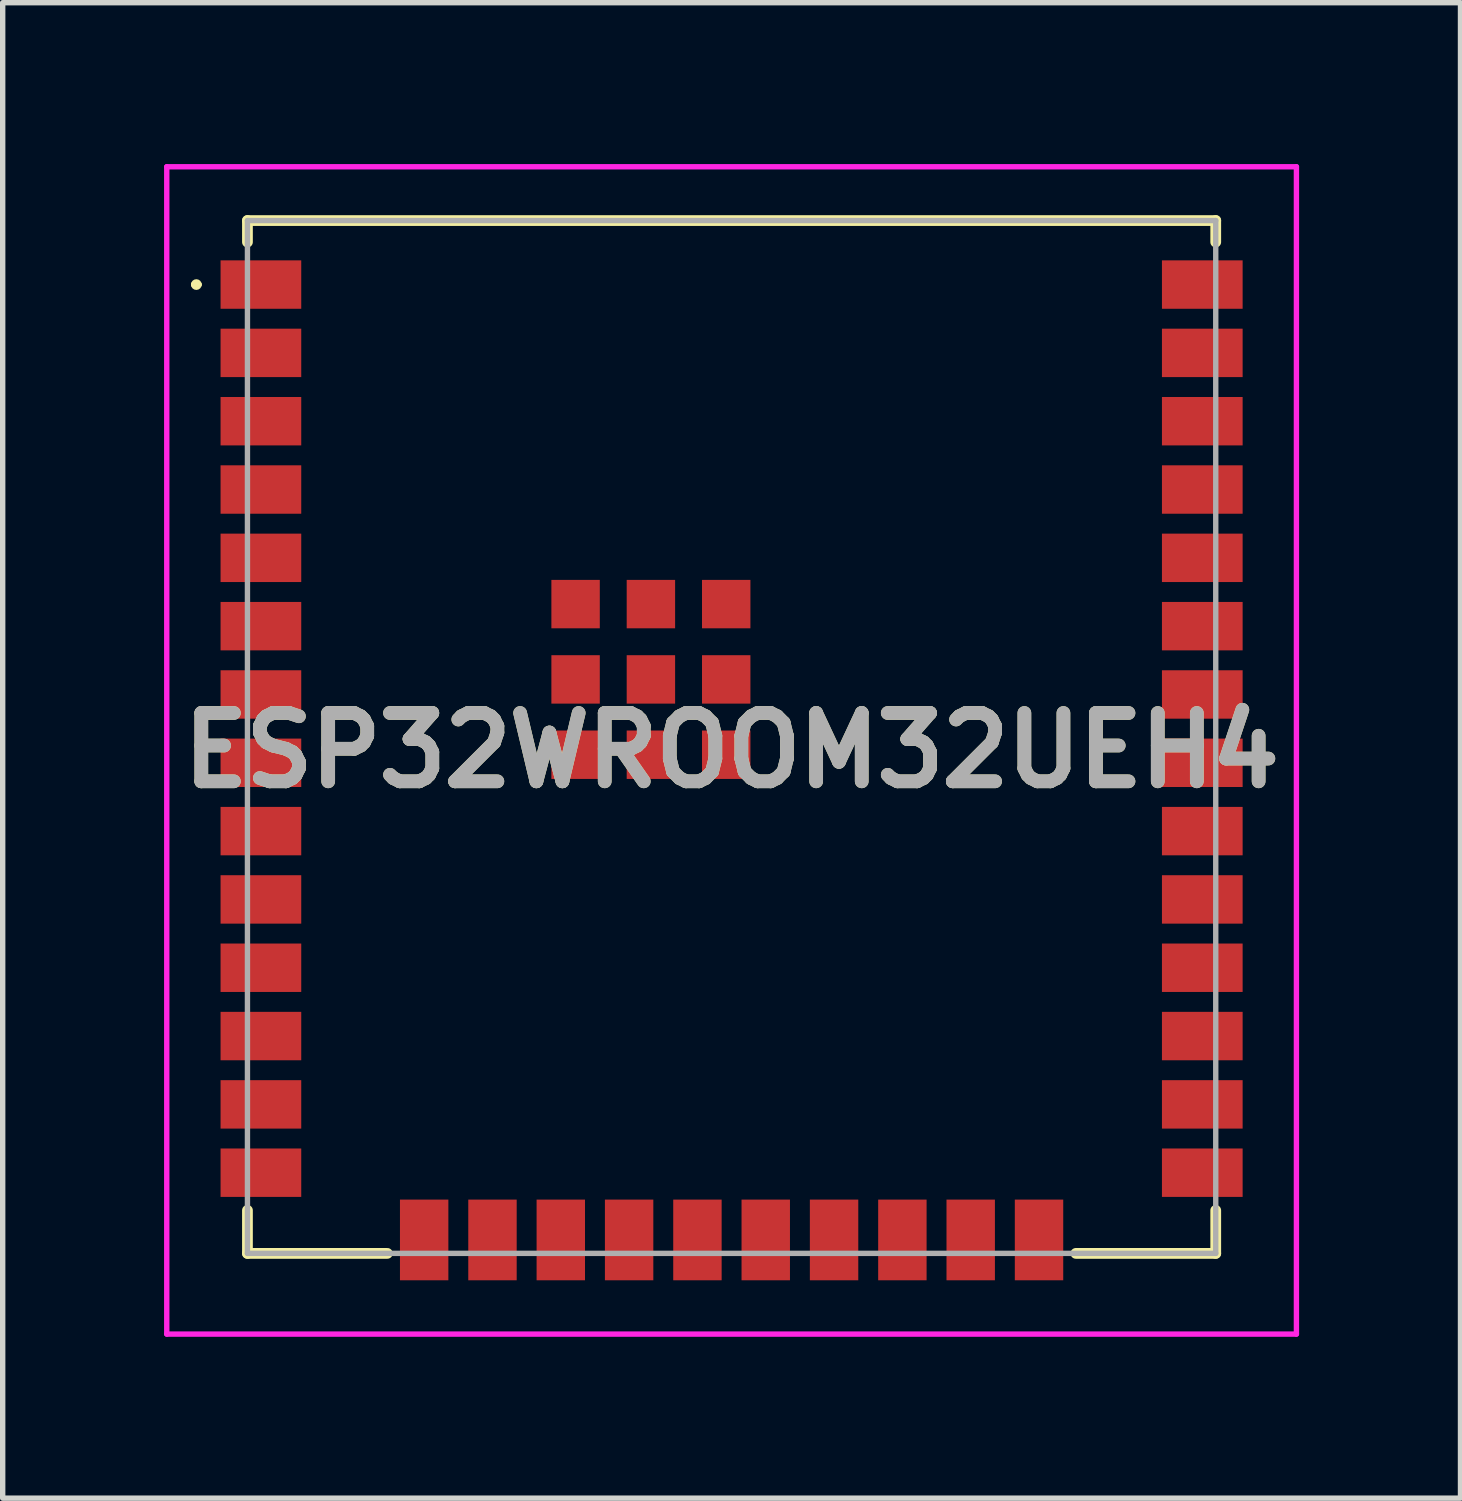
<source format=kicad_pcb>
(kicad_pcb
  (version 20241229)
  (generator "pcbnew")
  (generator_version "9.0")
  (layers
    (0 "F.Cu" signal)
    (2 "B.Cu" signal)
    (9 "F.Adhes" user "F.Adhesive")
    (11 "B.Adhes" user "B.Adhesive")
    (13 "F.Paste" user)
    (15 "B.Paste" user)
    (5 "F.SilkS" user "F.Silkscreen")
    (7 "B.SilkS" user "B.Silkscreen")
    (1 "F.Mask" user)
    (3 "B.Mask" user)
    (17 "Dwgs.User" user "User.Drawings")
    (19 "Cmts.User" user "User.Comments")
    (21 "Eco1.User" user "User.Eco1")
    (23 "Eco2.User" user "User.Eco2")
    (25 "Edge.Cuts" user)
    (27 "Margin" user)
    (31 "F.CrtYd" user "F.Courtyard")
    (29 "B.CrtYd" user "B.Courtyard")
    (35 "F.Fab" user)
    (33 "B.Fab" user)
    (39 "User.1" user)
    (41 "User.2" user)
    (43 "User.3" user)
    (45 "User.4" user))
  (footprint "ESP32WROOM32UEH4"
    (layer "F.Cu")
    (at 10.55 10.65)
    (property "Reference" "ESP32WROOM32UEH4" (at 0 0.25 0) (layer "F.SilkS") (effects (font (size 1.27 1.27) (thickness 0.254))))
    (attr smd)
    (fp_line (start -10 -8.41) (end -10 -8.41) (stroke (width 0.1) (type solid)) (layer "F.SilkS"))
    (fp_line (start -9.9 -8.41) (end -9.9 -8.41) (stroke (width 0.1) (type solid)) (layer "F.SilkS"))
    (fp_line (start -9 -9.6) (end 9 -9.6) (stroke (width 0.2) (type solid)) (layer "F.SilkS"))
    (fp_line (start -9 -9.2) (end -9 -9.6) (stroke (width 0.2) (type solid)) (layer "F.SilkS"))
    (fp_line (start -9 8.8) (end -9 9.6) (stroke (width 0.2) (type solid)) (layer "F.SilkS"))
    (fp_line (start -9 9.6) (end -6.4 9.6) (stroke (width 0.2) (type solid)) (layer "F.SilkS"))
    (fp_line (start 6.4 9.6) (end 9 9.6) (stroke (width 0.2) (type solid)) (layer "F.SilkS"))
    (fp_line (start 9 -9.6) (end 9 -9.2) (stroke (width 0.2) (type solid)) (layer "F.SilkS"))
    (fp_line (start 9 9.6) (end 9 8.8) (stroke (width 0.2) (type solid)) (layer "F.SilkS"))
    (fp_arc (start -10 -8.41) (mid -9.95 -8.46) (end -9.9 -8.41) (stroke (width 0.1) (type solid)) (layer "F.SilkS"))
    (fp_arc (start -9.9 -8.41) (mid -9.95 -8.36) (end -10 -8.41) (stroke (width 0.1) (type solid)) (layer "F.SilkS"))
    (fp_line (start -10.5 -10.6) (end 10.5 -10.6) (stroke (width 0.1) (type solid)) (layer "F.CrtYd"))
    (fp_line (start -10.5 11.1) (end -10.5 -10.6) (stroke (width 0.1) (type solid)) (layer "F.CrtYd"))
    (fp_line (start 10.5 -10.6) (end 10.5 11.1) (stroke (width 0.1) (type solid)) (layer "F.CrtYd"))
    (fp_line (start 10.5 11.1) (end -10.5 11.1) (stroke (width 0.1) (type solid)) (layer "F.CrtYd"))
    (fp_line (start -9 -9.6) (end 9 -9.6) (stroke (width 0.1) (type solid)) (layer "F.Fab"))
    (fp_line (start -9 9.6) (end -9 -9.6) (stroke (width 0.1) (type solid)) (layer "F.Fab"))
    (fp_line (start 9 -9.6) (end 9 9.6) (stroke (width 0.1) (type solid)) (layer "F.Fab"))
    (fp_line (start 9 9.6) (end -9 9.6) (stroke (width 0.1) (type solid)) (layer "F.Fab"))
    (fp_text user "${REFERENCE}" (at 0 0.25 0) (layer "F.Fab") (effects (font (size 1.27 1.27) (thickness 0.254))))
    (pad "1" smd rect (at -8.75 -8.41 90) (size 0.9 1.5) (layers "F.Cu" "F.Mask" "F.Paste"))
    (pad "2" smd rect (at -8.75 -7.14 90) (size 0.9 1.5) (layers "F.Cu" "F.Mask" "F.Paste"))
    (pad "3" smd rect (at -8.75 -5.87 90) (size 0.9 1.5) (layers "F.Cu" "F.Mask" "F.Paste"))
    (pad "4" smd rect (at -8.75 -4.6 90) (size 0.9 1.5) (layers "F.Cu" "F.Mask" "F.Paste"))
    (pad "5" smd rect (at -8.75 -3.33 90) (size 0.9 1.5) (layers "F.Cu" "F.Mask" "F.Paste"))
    (pad "6" smd rect (at -8.75 -2.06 90) (size 0.9 1.5) (layers "F.Cu" "F.Mask" "F.Paste"))
    (pad "7" smd rect (at -8.75 -0.79 90) (size 0.9 1.5) (layers "F.Cu" "F.Mask" "F.Paste"))
    (pad "8" smd rect (at -8.75 0.48 90) (size 0.9 1.5) (layers "F.Cu" "F.Mask" "F.Paste"))
    (pad "9" smd rect (at -8.75 1.75 90) (size 0.9 1.5) (layers "F.Cu" "F.Mask" "F.Paste"))
    (pad "10" smd rect (at -8.75 3.02 90) (size 0.9 1.5) (layers "F.Cu" "F.Mask" "F.Paste"))
    (pad "11" smd rect (at -8.75 4.29 90) (size 0.9 1.5) (layers "F.Cu" "F.Mask" "F.Paste"))
    (pad "12" smd rect (at -8.75 5.56 90) (size 0.9 1.5) (layers "F.Cu" "F.Mask" "F.Paste"))
    (pad "13" smd rect (at -8.75 6.83 90) (size 0.9 1.5) (layers "F.Cu" "F.Mask" "F.Paste"))
    (pad "14" smd rect (at -8.75 8.1 90) (size 0.9 1.5) (layers "F.Cu" "F.Mask" "F.Paste"))
    (pad "15" smd rect (at -5.715 9.35) (size 0.9 1.5) (layers "F.Cu" "F.Mask" "F.Paste"))
    (pad "16" smd rect (at -4.445 9.35) (size 0.9 1.5) (layers "F.Cu" "F.Mask" "F.Paste"))
    (pad "17" smd rect (at -3.175 9.35) (size 0.9 1.5) (layers "F.Cu" "F.Mask" "F.Paste"))
    (pad "18" smd rect (at -1.905 9.35) (size 0.9 1.5) (layers "F.Cu" "F.Mask" "F.Paste"))
    (pad "19" smd rect (at -0.635 9.35) (size 0.9 1.5) (layers "F.Cu" "F.Mask" "F.Paste"))
    (pad "20" smd rect (at 0.635 9.35) (size 0.9 1.5) (layers "F.Cu" "F.Mask" "F.Paste"))
    (pad "21" smd rect (at 1.905 9.35) (size 0.9 1.5) (layers "F.Cu" "F.Mask" "F.Paste"))
    (pad "22" smd rect (at 3.175 9.35) (size 0.9 1.5) (layers "F.Cu" "F.Mask" "F.Paste"))
    (pad "23" smd rect (at 4.445 9.35) (size 0.9 1.5) (layers "F.Cu" "F.Mask" "F.Paste"))
    (pad "24" smd rect (at 5.715 9.35) (size 0.9 1.5) (layers "F.Cu" "F.Mask" "F.Paste"))
    (pad "25" smd rect (at 8.75 8.1 90) (size 0.9 1.5) (layers "F.Cu" "F.Mask" "F.Paste"))
    (pad "26" smd rect (at 8.75 6.83 90) (size 0.9 1.5) (layers "F.Cu" "F.Mask" "F.Paste"))
    (pad "27" smd rect (at 8.75 5.56 90) (size 0.9 1.5) (layers "F.Cu" "F.Mask" "F.Paste"))
    (pad "28" smd rect (at 8.75 4.29 90) (size 0.9 1.5) (layers "F.Cu" "F.Mask" "F.Paste"))
    (pad "29" smd rect (at 8.75 3.02 90) (size 0.9 1.5) (layers "F.Cu" "F.Mask" "F.Paste"))
    (pad "30" smd rect (at 8.75 1.75 90) (size 0.9 1.5) (layers "F.Cu" "F.Mask" "F.Paste"))
    (pad "31" smd rect (at 8.75 0.48 90) (size 0.9 1.5) (layers "F.Cu" "F.Mask" "F.Paste"))
    (pad "32" smd rect (at 8.75 -0.79 90) (size 0.9 1.5) (layers "F.Cu" "F.Mask" "F.Paste"))
    (pad "33" smd rect (at 8.75 -2.06 90) (size 0.9 1.5) (layers "F.Cu" "F.Mask" "F.Paste"))
    (pad "34" smd rect (at 8.75 -3.33 90) (size 0.9 1.5) (layers "F.Cu" "F.Mask" "F.Paste"))
    (pad "35" smd rect (at 8.75 -4.6 90) (size 0.9 1.5) (layers "F.Cu" "F.Mask" "F.Paste"))
    (pad "36" smd rect (at 8.75 -5.87 90) (size 0.9 1.5) (layers "F.Cu" "F.Mask" "F.Paste"))
    (pad "37" smd rect (at 8.75 -7.14 90) (size 0.9 1.5) (layers "F.Cu" "F.Mask" "F.Paste"))
    (pad "38" smd rect (at 8.75 -8.41 90) (size 0.9 1.5) (layers "F.Cu" "F.Mask" "F.Paste"))
    (pad "39" smd rect (at -1.5 -1.07) (size 0.9 0.9) (layers "F.Cu" "F.Mask" "F.Paste"))
    (pad "40" smd rect (at -2.9 -2.47) (size 0.9 0.9) (layers "F.Cu" "F.Mask" "F.Paste"))
    (pad "41" smd rect (at -2.9 -1.07) (size 0.9 0.9) (layers "F.Cu" "F.Mask" "F.Paste"))
    (pad "42" smd rect (at -2.9 0.33) (size 0.9 0.9) (layers "F.Cu" "F.Mask" "F.Paste"))
    (pad "43" smd rect (at -1.5 0.33) (size 0.9 0.9) (layers "F.Cu" "F.Mask" "F.Paste"))
    (pad "44" smd rect (at -0.1 0.33) (size 0.9 0.9) (layers "F.Cu" "F.Mask" "F.Paste"))
    (pad "45" smd rect (at -0.1 -1.07) (size 0.9 0.9) (layers "F.Cu" "F.Mask" "F.Paste"))
    (pad "46" smd rect (at -0.1 -2.47) (size 0.9 0.9) (layers "F.Cu" "F.Mask" "F.Paste"))
    (pad "47" smd rect (at -1.5 -2.47) (size 0.9 0.9) (layers "F.Cu" "F.Mask" "F.Paste")))
  (gr_rect
    (start -3 -3)
    (end 24.1 24.8)
    (stroke (width 0.1) (type default))
    (fill no)
    (layer "Edge.Cuts")))
</source>
